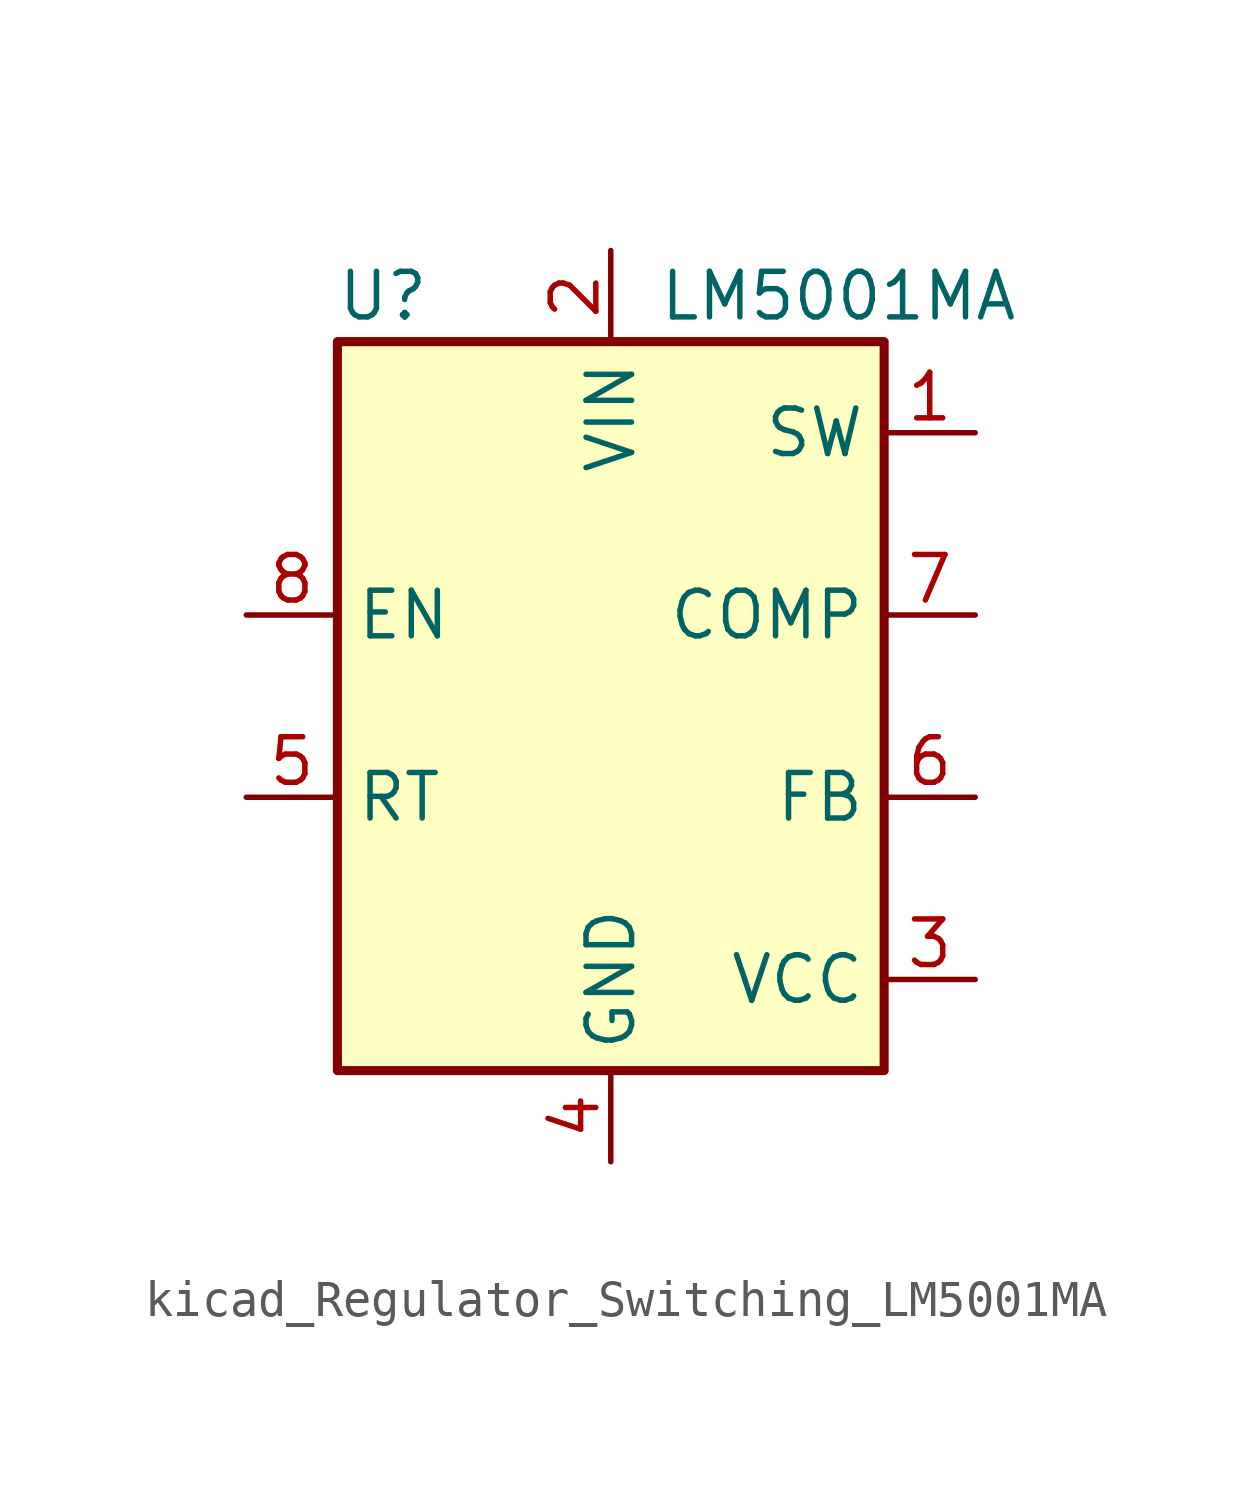
<source format=kicad_sym>
(kicad_symbol_lib
  (version 20220914)
  (generator kicad_symbol_editor)
  (symbol "kicad_Regulator_Switching_LM5001MA"
    (property "Reference" "U"
      (at -6.35 11.43 0)
      (effects (font (size 1.27 1.27))))
    (property "Value" "LM5001MA"
      (at 6.35 11.43 0)
      (effects (font (size 1.27 1.27))))
    (symbol "kicad_Regulator_Switching_LM5001MA_0_1"
      (rectangle (start -7.62 10.16) (end 7.62 -10.16) (stroke (width 0.254) (type default)) (fill (type background))))
    (symbol "kicad_Regulator_Switching_LM5001MA_1_1"
      (pin open_collector line (at 10.16 7.62 180) (length 2.54) (name "SW" (effects (font (size 1.27 1.27)))) (number "1" (effects (font (size 1.27 1.27)))))
      (pin power_in line (at 0 12.7 270) (length 2.54) (name "VIN" (effects (font (size 1.27 1.27)))) (number "2" (effects (font (size 1.27 1.27)))))
      (pin passive line (at 10.16 -7.62 180) (length 2.54) (name "VCC" (effects (font (size 1.27 1.27)))) (number "3" (effects (font (size 1.27 1.27)))))
      (pin power_in line (at 0 -12.7 90) (length 2.54) (name "GND" (effects (font (size 1.27 1.27)))) (number "4" (effects (font (size 1.27 1.27)))))
      (pin passive line (at -10.16 -2.54 0) (length 2.54) (name "RT" (effects (font (size 1.27 1.27)))) (number "5" (effects (font (size 1.27 1.27)))))
      (pin input line (at 10.16 -2.54 180) (length 2.54) (name "FB" (effects (font (size 1.27 1.27)))) (number "6" (effects (font (size 1.27 1.27)))))
      (pin open_collector line (at 10.16 2.54 180) (length 2.54) (name "COMP" (effects (font (size 1.27 1.27)))) (number "7" (effects (font (size 1.27 1.27)))))
      (pin input line (at -10.16 2.54 0) (length 2.54) (name "EN" (effects (font (size 1.27 1.27)))) (number "8" (effects (font (size 1.27 1.27))))))))
</source>
